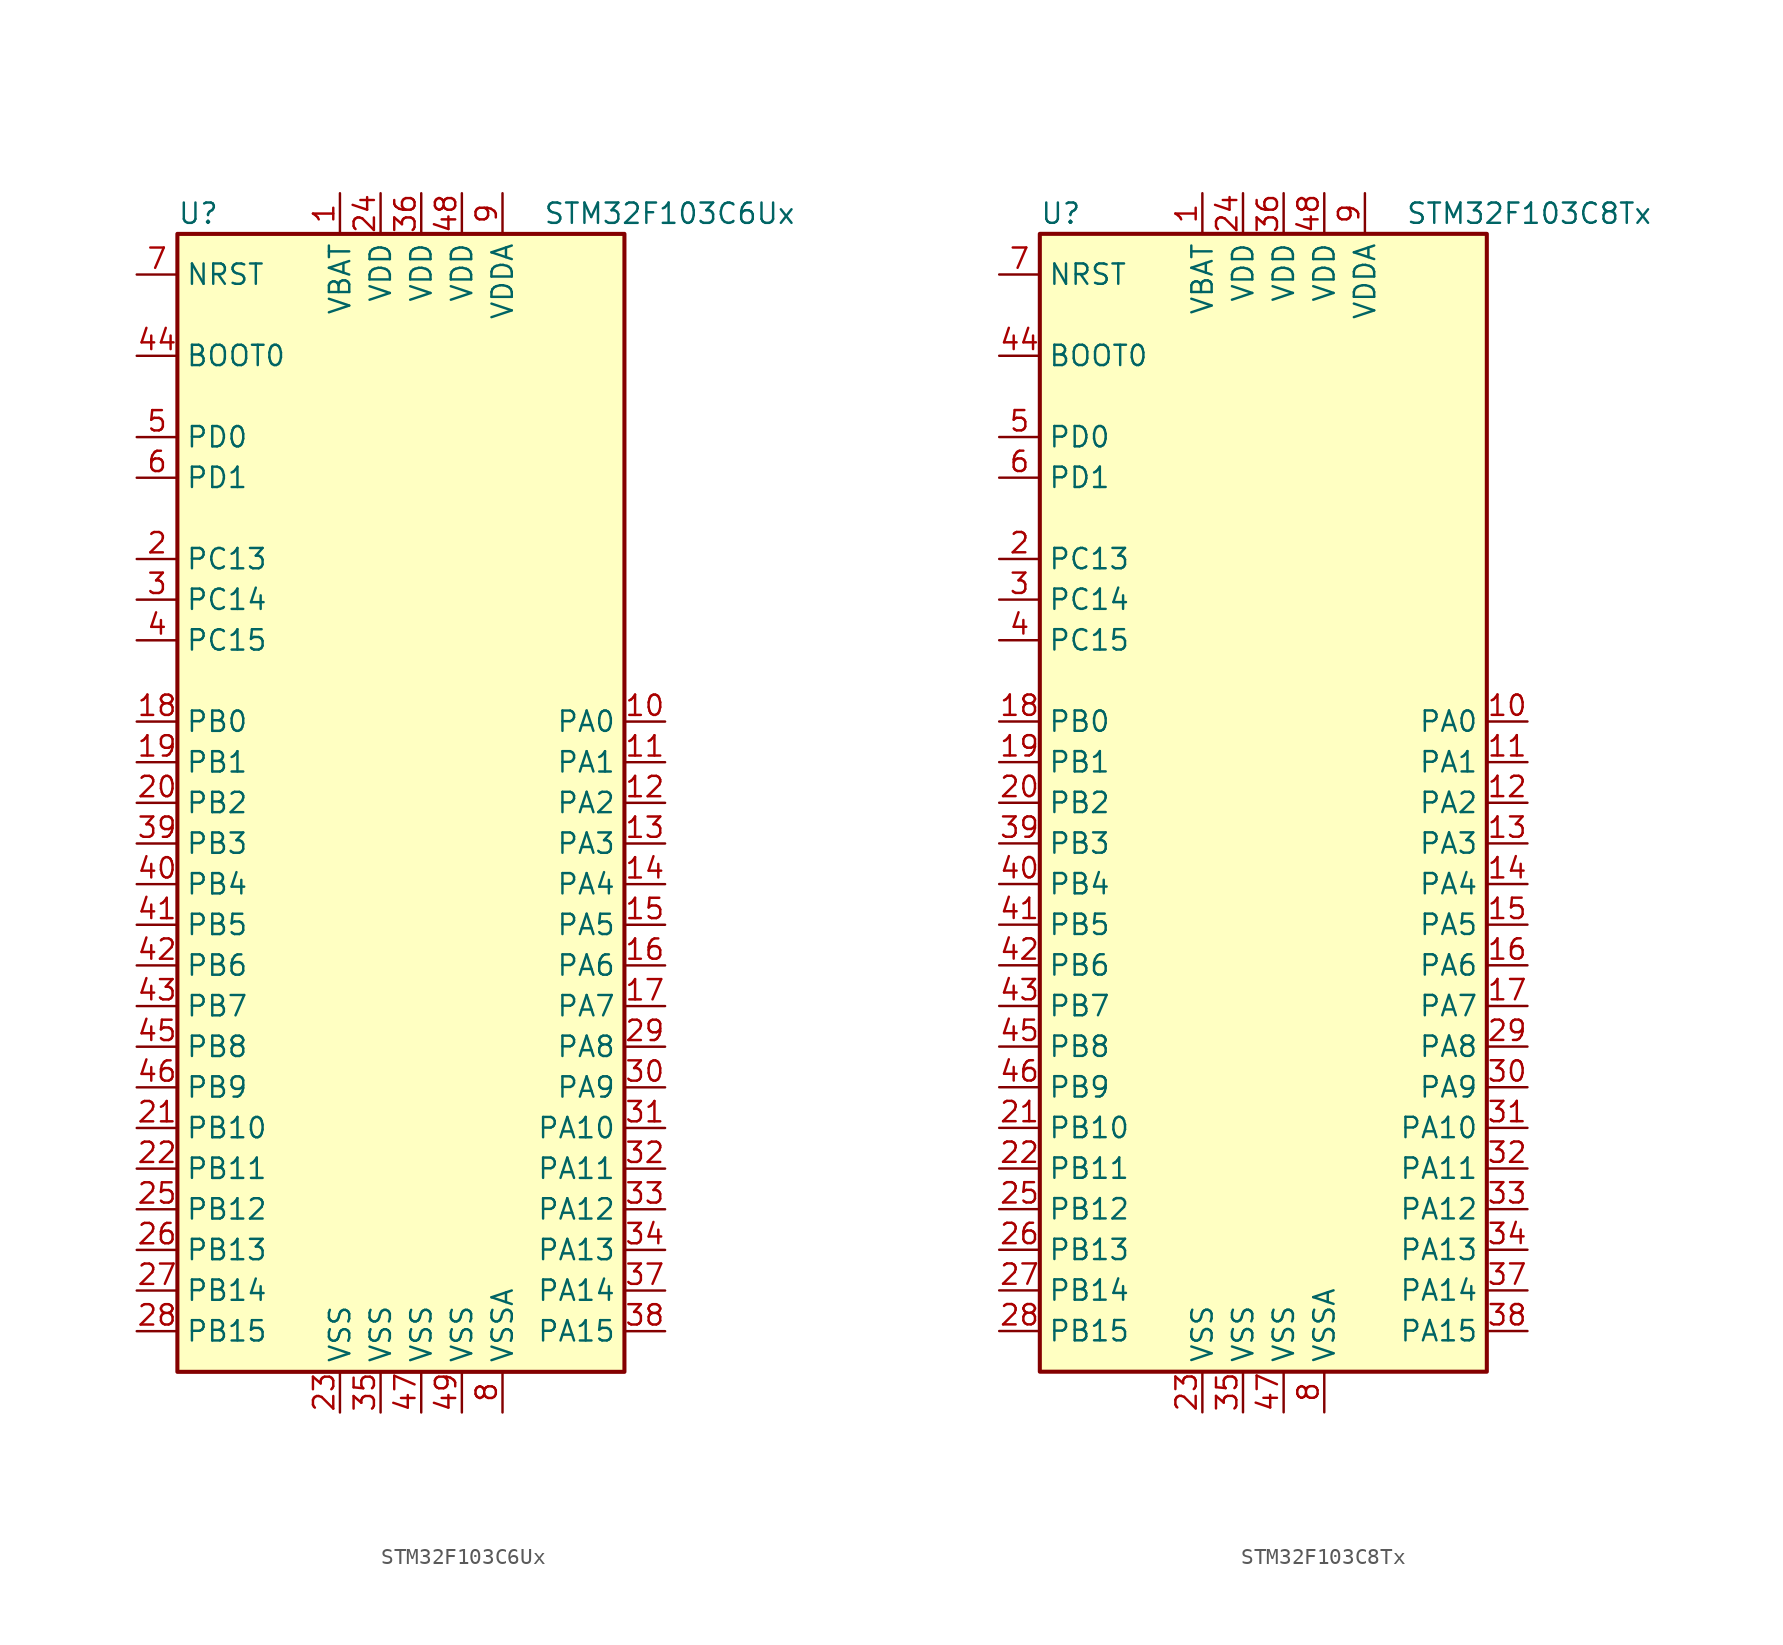
<source format=kicad_sym>
(kicad_symbol_lib
  (version 20201005)
  (generator kicad_symbol_editor)
  (symbol "STM32F103C6Ux"
    (property "Reference" "U"
      (at -15.24 36.83 0)
      (effects (font (size 1.27 1.27)) (justify left)))
    (property "Value" "STM32F103C6Ux"
      (at 7.62 36.83 0)
      (effects (font (size 1.27 1.27)) (justify left)))
    (symbol "STM32F103C6Ux_0_1"
      (rectangle (start -15.24 -35.56) (end 12.7 35.56) (stroke (width 0.254)) (fill (type background))))
    (symbol "STM32F103C6Ux_1_1"
      (pin power_in line (at -5.08 38.1 270) (length 2.54) (name "VBAT" (effects (font (size 1.27 1.27)))) (number "1" (effects (font (size 1.27 1.27)))))
      (pin bidirectional line (at 15.24 5.08 180) (length 2.54) (name "PA0" (effects (font (size 1.27 1.27)))) (number "10" (effects (font (size 1.27 1.27)))))
      (pin bidirectional line (at 15.24 2.54 180) (length 2.54) (name "PA1" (effects (font (size 1.27 1.27)))) (number "11" (effects (font (size 1.27 1.27)))))
      (pin bidirectional line (at 15.24 0 180) (length 2.54) (name "PA2" (effects (font (size 1.27 1.27)))) (number "12" (effects (font (size 1.27 1.27)))))
      (pin bidirectional line (at 15.24 -2.54 180) (length 2.54) (name "PA3" (effects (font (size 1.27 1.27)))) (number "13" (effects (font (size 1.27 1.27)))))
      (pin bidirectional line (at 15.24 -5.08 180) (length 2.54) (name "PA4" (effects (font (size 1.27 1.27)))) (number "14" (effects (font (size 1.27 1.27)))))
      (pin bidirectional line (at 15.24 -7.62 180) (length 2.54) (name "PA5" (effects (font (size 1.27 1.27)))) (number "15" (effects (font (size 1.27 1.27)))))
      (pin bidirectional line (at 15.24 -10.16 180) (length 2.54) (name "PA6" (effects (font (size 1.27 1.27)))) (number "16" (effects (font (size 1.27 1.27)))))
      (pin bidirectional line (at 15.24 -12.7 180) (length 2.54) (name "PA7" (effects (font (size 1.27 1.27)))) (number "17" (effects (font (size 1.27 1.27)))))
      (pin bidirectional line (at -17.78 5.08 0) (length 2.54) (name "PB0" (effects (font (size 1.27 1.27)))) (number "18" (effects (font (size 1.27 1.27)))))
      (pin bidirectional line (at -17.78 2.54 0) (length 2.54) (name "PB1" (effects (font (size 1.27 1.27)))) (number "19" (effects (font (size 1.27 1.27)))))
      (pin bidirectional line (at -17.78 15.24 0) (length 2.54) (name "PC13" (effects (font (size 1.27 1.27)))) (number "2" (effects (font (size 1.27 1.27)))))
      (pin bidirectional line (at -17.78 0 0) (length 2.54) (name "PB2" (effects (font (size 1.27 1.27)))) (number "20" (effects (font (size 1.27 1.27)))))
      (pin bidirectional line (at -17.78 -20.32 0) (length 2.54) (name "PB10" (effects (font (size 1.27 1.27)))) (number "21" (effects (font (size 1.27 1.27)))))
      (pin bidirectional line (at -17.78 -22.86 0) (length 2.54) (name "PB11" (effects (font (size 1.27 1.27)))) (number "22" (effects (font (size 1.27 1.27)))))
      (pin power_in line (at -5.08 -38.1 90) (length 2.54) (name "VSS" (effects (font (size 1.27 1.27)))) (number "23" (effects (font (size 1.27 1.27)))))
      (pin power_in line (at -2.54 38.1 270) (length 2.54) (name "VDD" (effects (font (size 1.27 1.27)))) (number "24" (effects (font (size 1.27 1.27)))))
      (pin bidirectional line (at -17.78 -25.4 0) (length 2.54) (name "PB12" (effects (font (size 1.27 1.27)))) (number "25" (effects (font (size 1.27 1.27)))))
      (pin bidirectional line (at -17.78 -27.94 0) (length 2.54) (name "PB13" (effects (font (size 1.27 1.27)))) (number "26" (effects (font (size 1.27 1.27)))))
      (pin bidirectional line (at -17.78 -30.48 0) (length 2.54) (name "PB14" (effects (font (size 1.27 1.27)))) (number "27" (effects (font (size 1.27 1.27)))))
      (pin bidirectional line (at -17.78 -33.02 0) (length 2.54) (name "PB15" (effects (font (size 1.27 1.27)))) (number "28" (effects (font (size 1.27 1.27)))))
      (pin bidirectional line (at 15.24 -15.24 180) (length 2.54) (name "PA8" (effects (font (size 1.27 1.27)))) (number "29" (effects (font (size 1.27 1.27)))))
      (pin bidirectional line (at -17.78 12.7 0) (length 2.54) (name "PC14" (effects (font (size 1.27 1.27)))) (number "3" (effects (font (size 1.27 1.27)))))
      (pin bidirectional line (at 15.24 -17.78 180) (length 2.54) (name "PA9" (effects (font (size 1.27 1.27)))) (number "30" (effects (font (size 1.27 1.27)))))
      (pin bidirectional line (at 15.24 -20.32 180) (length 2.54) (name "PA10" (effects (font (size 1.27 1.27)))) (number "31" (effects (font (size 1.27 1.27)))))
      (pin bidirectional line (at 15.24 -22.86 180) (length 2.54) (name "PA11" (effects (font (size 1.27 1.27)))) (number "32" (effects (font (size 1.27 1.27)))))
      (pin bidirectional line (at 15.24 -25.4 180) (length 2.54) (name "PA12" (effects (font (size 1.27 1.27)))) (number "33" (effects (font (size 1.27 1.27)))))
      (pin bidirectional line (at 15.24 -27.94 180) (length 2.54) (name "PA13" (effects (font (size 1.27 1.27)))) (number "34" (effects (font (size 1.27 1.27)))))
      (pin power_in line (at -2.54 -38.1 90) (length 2.54) (name "VSS" (effects (font (size 1.27 1.27)))) (number "35" (effects (font (size 1.27 1.27)))))
      (pin power_in line (at 0 38.1 270) (length 2.54) (name "VDD" (effects (font (size 1.27 1.27)))) (number "36" (effects (font (size 1.27 1.27)))))
      (pin bidirectional line (at 15.24 -30.48 180) (length 2.54) (name "PA14" (effects (font (size 1.27 1.27)))) (number "37" (effects (font (size 1.27 1.27)))))
      (pin bidirectional line (at 15.24 -33.02 180) (length 2.54) (name "PA15" (effects (font (size 1.27 1.27)))) (number "38" (effects (font (size 1.27 1.27)))))
      (pin bidirectional line (at -17.78 -2.54 0) (length 2.54) (name "PB3" (effects (font (size 1.27 1.27)))) (number "39" (effects (font (size 1.27 1.27)))))
      (pin bidirectional line (at -17.78 10.16 0) (length 2.54) (name "PC15" (effects (font (size 1.27 1.27)))) (number "4" (effects (font (size 1.27 1.27)))))
      (pin bidirectional line (at -17.78 -5.08 0) (length 2.54) (name "PB4" (effects (font (size 1.27 1.27)))) (number "40" (effects (font (size 1.27 1.27)))))
      (pin bidirectional line (at -17.78 -7.62 0) (length 2.54) (name "PB5" (effects (font (size 1.27 1.27)))) (number "41" (effects (font (size 1.27 1.27)))))
      (pin bidirectional line (at -17.78 -10.16 0) (length 2.54) (name "PB6" (effects (font (size 1.27 1.27)))) (number "42" (effects (font (size 1.27 1.27)))))
      (pin bidirectional line (at -17.78 -12.7 0) (length 2.54) (name "PB7" (effects (font (size 1.27 1.27)))) (number "43" (effects (font (size 1.27 1.27)))))
      (pin input line (at -17.78 27.94 0) (length 2.54) (name "BOOT0" (effects (font (size 1.27 1.27)))) (number "44" (effects (font (size 1.27 1.27)))))
      (pin bidirectional line (at -17.78 -15.24 0) (length 2.54) (name "PB8" (effects (font (size 1.27 1.27)))) (number "45" (effects (font (size 1.27 1.27)))))
      (pin bidirectional line (at -17.78 -17.78 0) (length 2.54) (name "PB9" (effects (font (size 1.27 1.27)))) (number "46" (effects (font (size 1.27 1.27)))))
      (pin power_in line (at 0 -38.1 90) (length 2.54) (name "VSS" (effects (font (size 1.27 1.27)))) (number "47" (effects (font (size 1.27 1.27)))))
      (pin power_in line (at 2.54 38.1 270) (length 2.54) (name "VDD" (effects (font (size 1.27 1.27)))) (number "48" (effects (font (size 1.27 1.27)))))
      (pin power_in line (at 2.54 -38.1 90) (length 2.54) (name "VSS" (effects (font (size 1.27 1.27)))) (number "49" (effects (font (size 1.27 1.27)))))
      (pin input line (at -17.78 22.86 0) (length 2.54) (name "PD0" (effects (font (size 1.27 1.27)))) (number "5" (effects (font (size 1.27 1.27)))))
      (pin input line (at -17.78 20.32 0) (length 2.54) (name "PD1" (effects (font (size 1.27 1.27)))) (number "6" (effects (font (size 1.27 1.27)))))
      (pin input line (at -17.78 33.02 0) (length 2.54) (name "NRST" (effects (font (size 1.27 1.27)))) (number "7" (effects (font (size 1.27 1.27)))))
      (pin power_in line (at 5.08 -38.1 90) (length 2.54) (name "VSSA" (effects (font (size 1.27 1.27)))) (number "8" (effects (font (size 1.27 1.27)))))
      (pin power_in line (at 5.08 38.1 270) (length 2.54) (name "VDDA" (effects (font (size 1.27 1.27)))) (number "9" (effects (font (size 1.27 1.27)))))))
  (symbol "STM32F103C8Tx"
    (property "Reference" "U"
      (at -15.24 36.83 0)
      (effects (font (size 1.27 1.27)) (justify left)))
    (property "Value" "STM32F103C8Tx"
      (at 7.62 36.83 0)
      (effects (font (size 1.27 1.27)) (justify left)))
    (symbol "STM32F103C8Tx_0_1"
      (rectangle (start -15.24 -35.56) (end 12.7 35.56) (stroke (width 0.254)) (fill (type background))))
    (symbol "STM32F103C8Tx_1_1"
      (pin power_in line (at -5.08 38.1 270) (length 2.54) (name "VBAT" (effects (font (size 1.27 1.27)))) (number "1" (effects (font (size 1.27 1.27)))))
      (pin bidirectional line (at 15.24 5.08 180) (length 2.54) (name "PA0" (effects (font (size 1.27 1.27)))) (number "10" (effects (font (size 1.27 1.27)))))
      (pin bidirectional line (at 15.24 2.54 180) (length 2.54) (name "PA1" (effects (font (size 1.27 1.27)))) (number "11" (effects (font (size 1.27 1.27)))))
      (pin bidirectional line (at 15.24 0 180) (length 2.54) (name "PA2" (effects (font (size 1.27 1.27)))) (number "12" (effects (font (size 1.27 1.27)))))
      (pin bidirectional line (at 15.24 -2.54 180) (length 2.54) (name "PA3" (effects (font (size 1.27 1.27)))) (number "13" (effects (font (size 1.27 1.27)))))
      (pin bidirectional line (at 15.24 -5.08 180) (length 2.54) (name "PA4" (effects (font (size 1.27 1.27)))) (number "14" (effects (font (size 1.27 1.27)))))
      (pin bidirectional line (at 15.24 -7.62 180) (length 2.54) (name "PA5" (effects (font (size 1.27 1.27)))) (number "15" (effects (font (size 1.27 1.27)))))
      (pin bidirectional line (at 15.24 -10.16 180) (length 2.54) (name "PA6" (effects (font (size 1.27 1.27)))) (number "16" (effects (font (size 1.27 1.27)))))
      (pin bidirectional line (at 15.24 -12.7 180) (length 2.54) (name "PA7" (effects (font (size 1.27 1.27)))) (number "17" (effects (font (size 1.27 1.27)))))
      (pin bidirectional line (at -17.78 5.08 0) (length 2.54) (name "PB0" (effects (font (size 1.27 1.27)))) (number "18" (effects (font (size 1.27 1.27)))))
      (pin bidirectional line (at -17.78 2.54 0) (length 2.54) (name "PB1" (effects (font (size 1.27 1.27)))) (number "19" (effects (font (size 1.27 1.27)))))
      (pin bidirectional line (at -17.78 15.24 0) (length 2.54) (name "PC13" (effects (font (size 1.27 1.27)))) (number "2" (effects (font (size 1.27 1.27)))))
      (pin bidirectional line (at -17.78 0 0) (length 2.54) (name "PB2" (effects (font (size 1.27 1.27)))) (number "20" (effects (font (size 1.27 1.27)))))
      (pin bidirectional line (at -17.78 -20.32 0) (length 2.54) (name "PB10" (effects (font (size 1.27 1.27)))) (number "21" (effects (font (size 1.27 1.27)))))
      (pin bidirectional line (at -17.78 -22.86 0) (length 2.54) (name "PB11" (effects (font (size 1.27 1.27)))) (number "22" (effects (font (size 1.27 1.27)))))
      (pin power_in line (at -5.08 -38.1 90) (length 2.54) (name "VSS" (effects (font (size 1.27 1.27)))) (number "23" (effects (font (size 1.27 1.27)))))
      (pin power_in line (at -2.54 38.1 270) (length 2.54) (name "VDD" (effects (font (size 1.27 1.27)))) (number "24" (effects (font (size 1.27 1.27)))))
      (pin bidirectional line (at -17.78 -25.4 0) (length 2.54) (name "PB12" (effects (font (size 1.27 1.27)))) (number "25" (effects (font (size 1.27 1.27)))))
      (pin bidirectional line (at -17.78 -27.94 0) (length 2.54) (name "PB13" (effects (font (size 1.27 1.27)))) (number "26" (effects (font (size 1.27 1.27)))))
      (pin bidirectional line (at -17.78 -30.48 0) (length 2.54) (name "PB14" (effects (font (size 1.27 1.27)))) (number "27" (effects (font (size 1.27 1.27)))))
      (pin bidirectional line (at -17.78 -33.02 0) (length 2.54) (name "PB15" (effects (font (size 1.27 1.27)))) (number "28" (effects (font (size 1.27 1.27)))))
      (pin bidirectional line (at 15.24 -15.24 180) (length 2.54) (name "PA8" (effects (font (size 1.27 1.27)))) (number "29" (effects (font (size 1.27 1.27)))))
      (pin bidirectional line (at -17.78 12.7 0) (length 2.54) (name "PC14" (effects (font (size 1.27 1.27)))) (number "3" (effects (font (size 1.27 1.27)))))
      (pin bidirectional line (at 15.24 -17.78 180) (length 2.54) (name "PA9" (effects (font (size 1.27 1.27)))) (number "30" (effects (font (size 1.27 1.27)))))
      (pin bidirectional line (at 15.24 -20.32 180) (length 2.54) (name "PA10" (effects (font (size 1.27 1.27)))) (number "31" (effects (font (size 1.27 1.27)))))
      (pin bidirectional line (at 15.24 -22.86 180) (length 2.54) (name "PA11" (effects (font (size 1.27 1.27)))) (number "32" (effects (font (size 1.27 1.27)))))
      (pin bidirectional line (at 15.24 -25.4 180) (length 2.54) (name "PA12" (effects (font (size 1.27 1.27)))) (number "33" (effects (font (size 1.27 1.27)))))
      (pin bidirectional line (at 15.24 -27.94 180) (length 2.54) (name "PA13" (effects (font (size 1.27 1.27)))) (number "34" (effects (font (size 1.27 1.27)))))
      (pin power_in line (at -2.54 -38.1 90) (length 2.54) (name "VSS" (effects (font (size 1.27 1.27)))) (number "35" (effects (font (size 1.27 1.27)))))
      (pin power_in line (at 0 38.1 270) (length 2.54) (name "VDD" (effects (font (size 1.27 1.27)))) (number "36" (effects (font (size 1.27 1.27)))))
      (pin bidirectional line (at 15.24 -30.48 180) (length 2.54) (name "PA14" (effects (font (size 1.27 1.27)))) (number "37" (effects (font (size 1.27 1.27)))))
      (pin bidirectional line (at 15.24 -33.02 180) (length 2.54) (name "PA15" (effects (font (size 1.27 1.27)))) (number "38" (effects (font (size 1.27 1.27)))))
      (pin bidirectional line (at -17.78 -2.54 0) (length 2.54) (name "PB3" (effects (font (size 1.27 1.27)))) (number "39" (effects (font (size 1.27 1.27)))))
      (pin bidirectional line (at -17.78 10.16 0) (length 2.54) (name "PC15" (effects (font (size 1.27 1.27)))) (number "4" (effects (font (size 1.27 1.27)))))
      (pin bidirectional line (at -17.78 -5.08 0) (length 2.54) (name "PB4" (effects (font (size 1.27 1.27)))) (number "40" (effects (font (size 1.27 1.27)))))
      (pin bidirectional line (at -17.78 -7.62 0) (length 2.54) (name "PB5" (effects (font (size 1.27 1.27)))) (number "41" (effects (font (size 1.27 1.27)))))
      (pin bidirectional line (at -17.78 -10.16 0) (length 2.54) (name "PB6" (effects (font (size 1.27 1.27)))) (number "42" (effects (font (size 1.27 1.27)))))
      (pin bidirectional line (at -17.78 -12.7 0) (length 2.54) (name "PB7" (effects (font (size 1.27 1.27)))) (number "43" (effects (font (size 1.27 1.27)))))
      (pin input line (at -17.78 27.94 0) (length 2.54) (name "BOOT0" (effects (font (size 1.27 1.27)))) (number "44" (effects (font (size 1.27 1.27)))))
      (pin bidirectional line (at -17.78 -15.24 0) (length 2.54) (name "PB8" (effects (font (size 1.27 1.27)))) (number "45" (effects (font (size 1.27 1.27)))))
      (pin bidirectional line (at -17.78 -17.78 0) (length 2.54) (name "PB9" (effects (font (size 1.27 1.27)))) (number "46" (effects (font (size 1.27 1.27)))))
      (pin power_in line (at 0 -38.1 90) (length 2.54) (name "VSS" (effects (font (size 1.27 1.27)))) (number "47" (effects (font (size 1.27 1.27)))))
      (pin power_in line (at 2.54 38.1 270) (length 2.54) (name "VDD" (effects (font (size 1.27 1.27)))) (number "48" (effects (font (size 1.27 1.27)))))
      (pin input line (at -17.78 22.86 0) (length 2.54) (name "PD0" (effects (font (size 1.27 1.27)))) (number "5" (effects (font (size 1.27 1.27)))))
      (pin input line (at -17.78 20.32 0) (length 2.54) (name "PD1" (effects (font (size 1.27 1.27)))) (number "6" (effects (font (size 1.27 1.27)))))
      (pin input line (at -17.78 33.02 0) (length 2.54) (name "NRST" (effects (font (size 1.27 1.27)))) (number "7" (effects (font (size 1.27 1.27)))))
      (pin power_in line (at 2.54 -38.1 90) (length 2.54) (name "VSSA" (effects (font (size 1.27 1.27)))) (number "8" (effects (font (size 1.27 1.27)))))
      (pin power_in line (at 5.08 38.1 270) (length 2.54) (name "VDDA" (effects (font (size 1.27 1.27)))) (number "9" (effects (font (size 1.27 1.27))))))))
</source>
